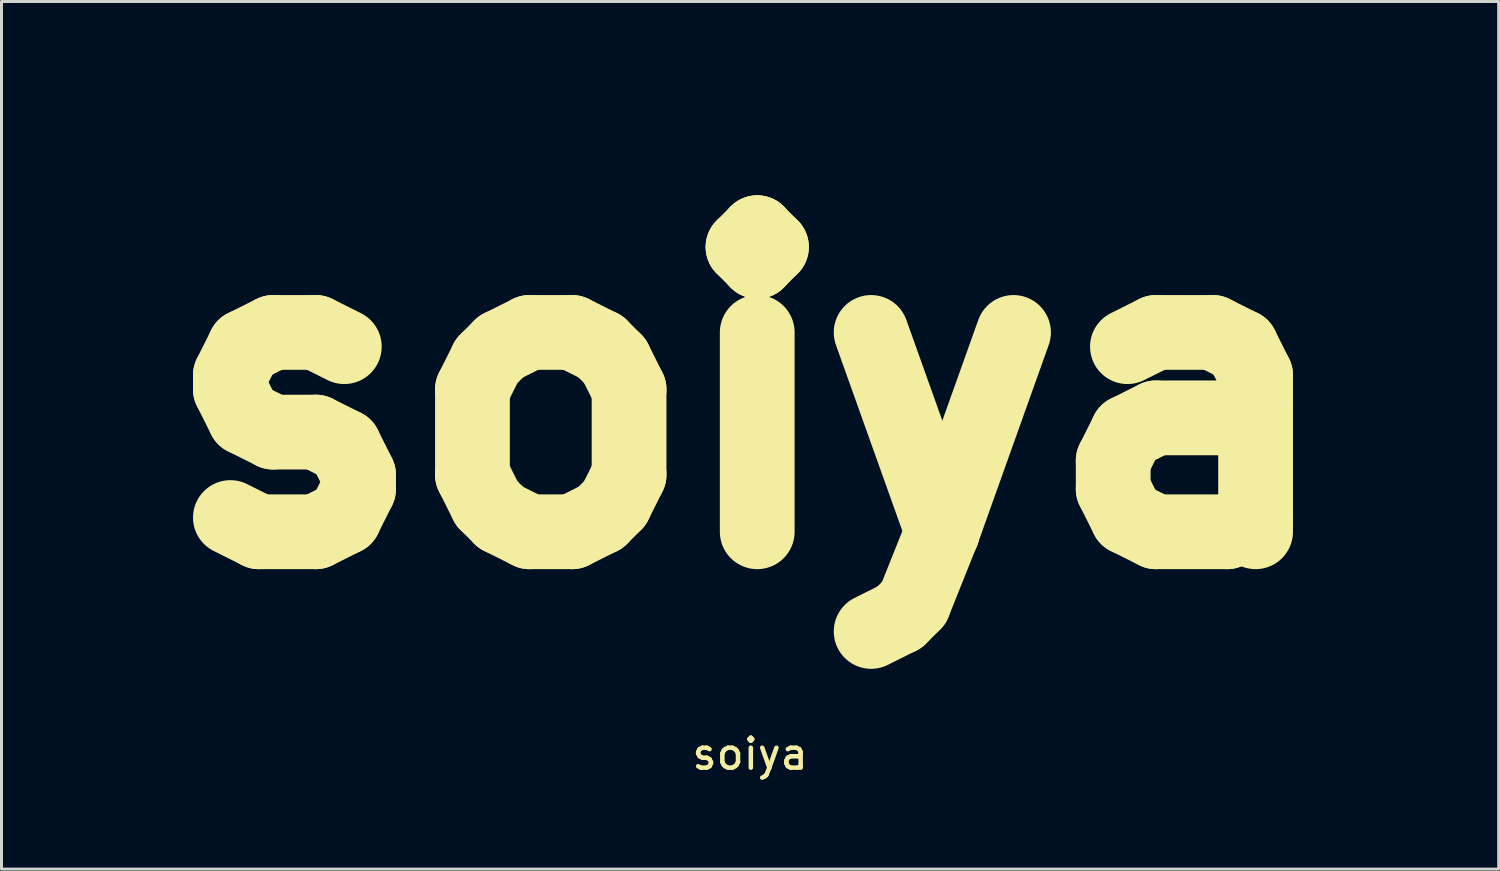
<source format=kicad_pcb>
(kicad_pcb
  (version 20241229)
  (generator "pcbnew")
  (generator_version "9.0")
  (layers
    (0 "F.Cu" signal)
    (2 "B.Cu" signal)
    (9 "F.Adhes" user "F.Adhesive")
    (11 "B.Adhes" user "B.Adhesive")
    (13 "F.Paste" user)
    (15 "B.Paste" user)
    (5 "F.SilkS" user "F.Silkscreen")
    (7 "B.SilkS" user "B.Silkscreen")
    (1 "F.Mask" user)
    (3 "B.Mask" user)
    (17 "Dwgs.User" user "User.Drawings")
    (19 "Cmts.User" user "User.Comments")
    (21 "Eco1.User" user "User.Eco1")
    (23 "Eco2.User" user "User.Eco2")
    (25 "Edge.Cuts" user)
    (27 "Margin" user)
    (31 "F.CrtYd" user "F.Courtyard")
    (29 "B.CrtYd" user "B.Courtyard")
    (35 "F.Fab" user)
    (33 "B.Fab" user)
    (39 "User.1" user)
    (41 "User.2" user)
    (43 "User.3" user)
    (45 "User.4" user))
  (footprint "soiya"
    (layer "F.Cu")
    (at 22.036 10.238)
    (property "Reference" "soiya" (at 0 11.93 0) (layer "F.SilkS") (effects (font (size 1 1) (thickness 0.15))))
    (attr through_hole)
    (fp_text user "soiya" (at 0 0 0) (layer "F.SilkS") (effects (font (size 10 10) (thickness 2.5)))))
  (gr_rect
    (start -3 -3)
    (end 47.071 26.016)
    (stroke (width 0.1) (type default))
    (fill no)
    (layer "Edge.Cuts")))
</source>
